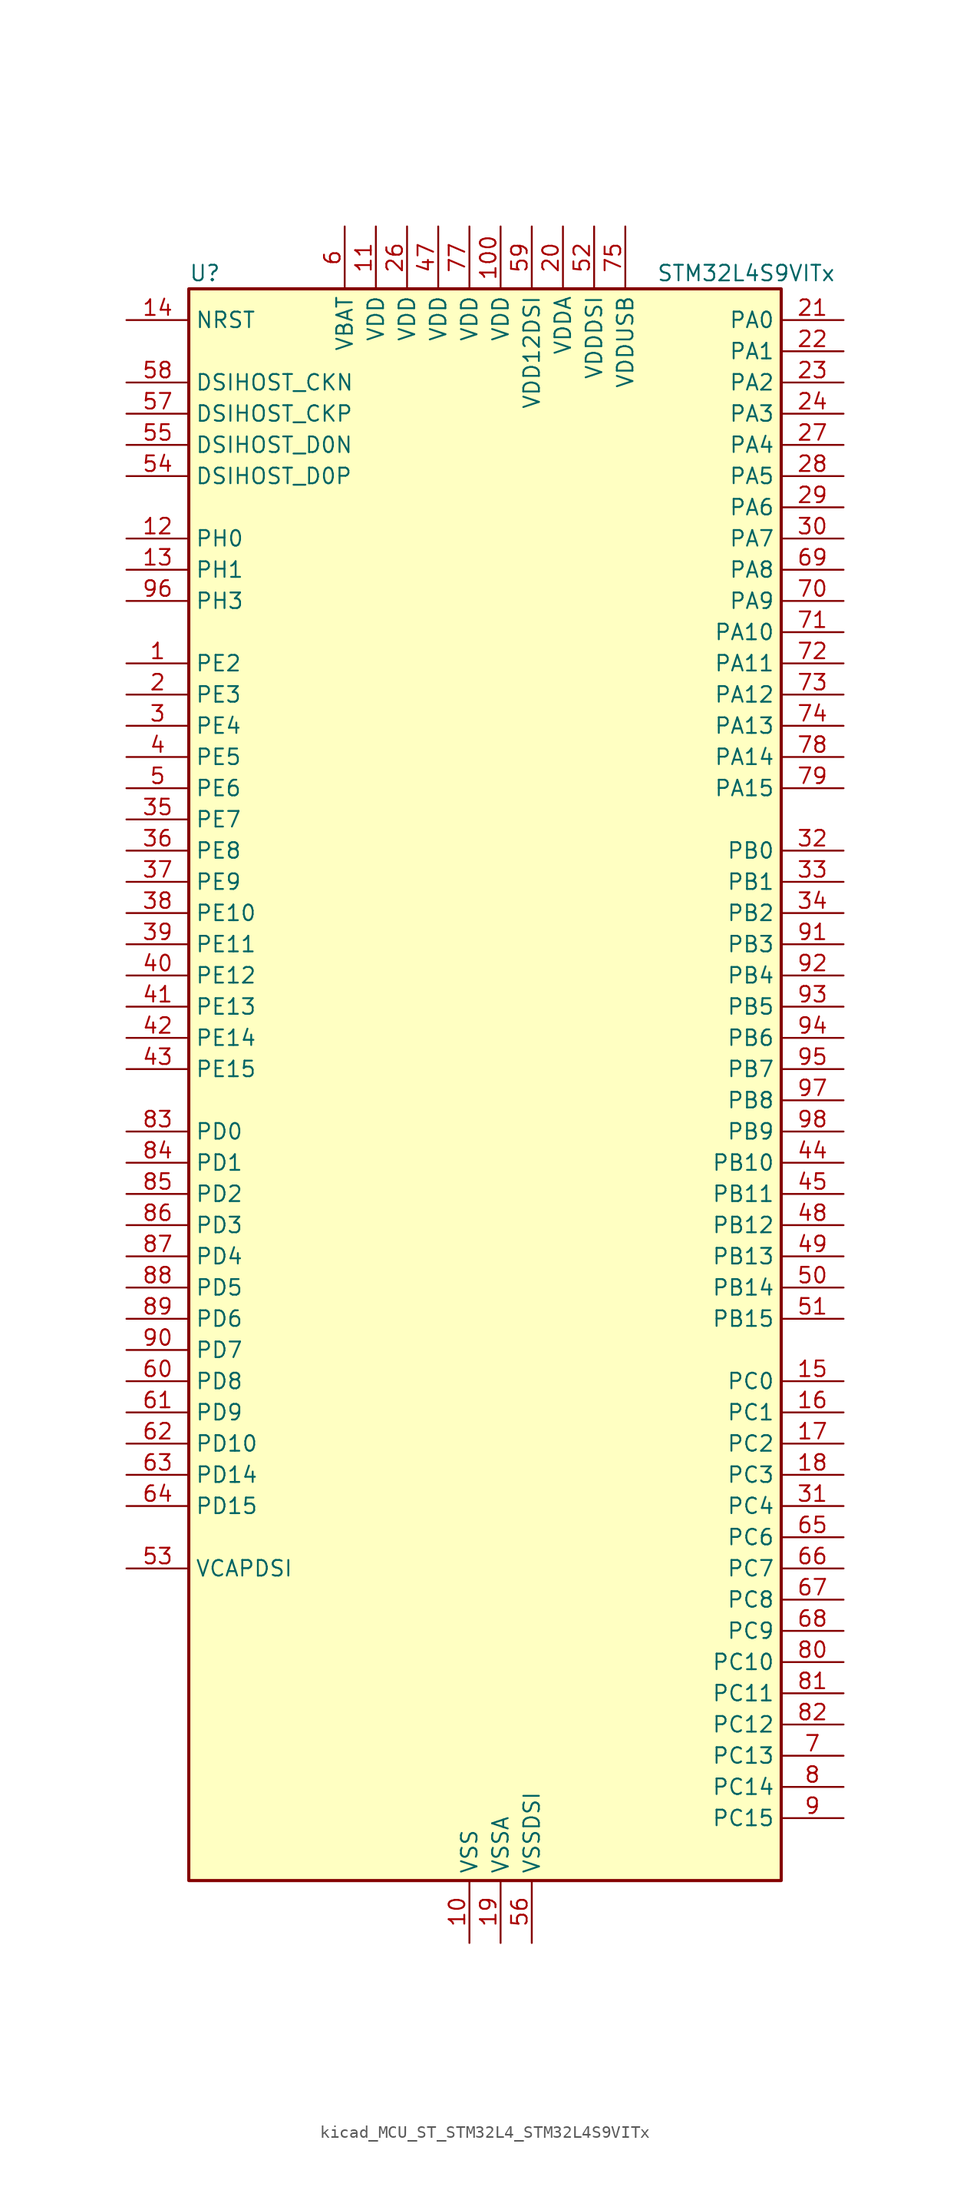
<source format=kicad_sym>
(kicad_symbol_lib
  (version 20220914)
  (generator kicad_symbol_editor)
  (symbol "kicad_MCU_ST_STM32L4_STM32L4S9VITx"
    (property "Reference" "U"
      (at -22.86 67.31 0)
      (effects (font (size 1.27 1.27)) (justify left)))
    (property "Value" "STM32L4S9VITx"
      (at 15.24 67.31 0)
      (effects (font (size 1.27 1.27)) (justify left)))
    (property "ki_locked" ""
      (at 0 0 0)
      (effects (font (size 1.27 1.27))))
    (symbol "kicad_MCU_ST_STM32L4_STM32L4S9VITx_0_1"
      (rectangle (start -22.86 -63.5) (end 25.4 66.04) (stroke (width 0.254) (type default)) (fill (type background))))
    (symbol "kicad_MCU_ST_STM32L4_STM32L4S9VITx_1_1"
      (pin bidirectional line (at -27.94 35.56 0) (length 5.08) (name "PE2" (effects (font (size 1.27 1.27)))) (number "1" (effects (font (size 1.27 1.27)))) (alternate "FMC_A23" bidirectional line) (alternate "LTDC_R0" bidirectional line) (alternate "SAI1_CK1" bidirectional line) (alternate "SAI1_MCLK_A" bidirectional line) (alternate "SYS_TRACECLK" bidirectional line) (alternate "TIM3_ETR" bidirectional line) (alternate "TSC_G7_IO1" bidirectional line))
      (pin power_in line (at 0 -68.58 90) (length 5.08) (name "VSS" (effects (font (size 1.27 1.27)))) (number "10" (effects (font (size 1.27 1.27)))))
      (pin power_in line (at 2.54 71.12 270) (length 5.08) (name "VDD" (effects (font (size 1.27 1.27)))) (number "100" (effects (font (size 1.27 1.27)))))
      (pin power_in line (at -7.62 71.12 270) (length 5.08) (name "VDD" (effects (font (size 1.27 1.27)))) (number "11" (effects (font (size 1.27 1.27)))))
      (pin bidirectional line (at -27.94 45.72 0) (length 5.08) (name "PH0" (effects (font (size 1.27 1.27)))) (number "12" (effects (font (size 1.27 1.27)))) (alternate "RCC_OSC_IN" bidirectional line))
      (pin bidirectional line (at -27.94 43.18 0) (length 5.08) (name "PH1" (effects (font (size 1.27 1.27)))) (number "13" (effects (font (size 1.27 1.27)))) (alternate "RCC_OSC_OUT" bidirectional line))
      (pin input line (at -27.94 63.5 0) (length 5.08) (name "NRST" (effects (font (size 1.27 1.27)))) (number "14" (effects (font (size 1.27 1.27)))))
      (pin bidirectional line (at 30.48 -22.86 180) (length 5.08) (name "PC0" (effects (font (size 1.27 1.27)))) (number "15" (effects (font (size 1.27 1.27)))) (alternate "ADC1_IN1" bidirectional line) (alternate "DFSDM1_DATIN4" bidirectional line) (alternate "I2C3_SCL" bidirectional line) (alternate "LPTIM1_IN1" bidirectional line) (alternate "LPTIM2_IN1" bidirectional line) (alternate "LPUART1_RX" bidirectional line) (alternate "SAI2_FS_A" bidirectional line))
      (pin bidirectional line (at 30.48 -25.4 180) (length 5.08) (name "PC1" (effects (font (size 1.27 1.27)))) (number "16" (effects (font (size 1.27 1.27)))) (alternate "ADC1_IN2" bidirectional line) (alternate "DFSDM1_CKIN4" bidirectional line) (alternate "I2C3_SDA" bidirectional line) (alternate "LPTIM1_OUT" bidirectional line) (alternate "LPUART1_TX" bidirectional line) (alternate "OCTOSPIM_P1_IO4" bidirectional line) (alternate "SAI1_SD_A" bidirectional line) (alternate "SPI2_MOSI" bidirectional line) (alternate "SYS_TRACED0" bidirectional line))
      (pin bidirectional line (at 30.48 -27.94 180) (length 5.08) (name "PC2" (effects (font (size 1.27 1.27)))) (number "17" (effects (font (size 1.27 1.27)))) (alternate "ADC1_IN3" bidirectional line) (alternate "DFSDM1_CKOUT" bidirectional line) (alternate "LPTIM1_IN2" bidirectional line) (alternate "OCTOSPIM_P1_IO5" bidirectional line) (alternate "SPI2_MISO" bidirectional line))
      (pin bidirectional line (at 30.48 -30.48 180) (length 5.08) (name "PC3" (effects (font (size 1.27 1.27)))) (number "18" (effects (font (size 1.27 1.27)))) (alternate "ADC1_IN4" bidirectional line) (alternate "LPTIM1_ETR" bidirectional line) (alternate "LPTIM2_ETR" bidirectional line) (alternate "OCTOSPIM_P1_IO6" bidirectional line) (alternate "SAI1_D1" bidirectional line) (alternate "SAI1_SD_A" bidirectional line) (alternate "SPI2_MOSI" bidirectional line))
      (pin power_in line (at 2.54 -68.58 90) (length 5.08) (name "VSSA" (effects (font (size 1.27 1.27)))) (number "19" (effects (font (size 1.27 1.27)))))
      (pin bidirectional line (at -27.94 33.02 0) (length 5.08) (name "PE3" (effects (font (size 1.27 1.27)))) (number "2" (effects (font (size 1.27 1.27)))) (alternate "FMC_A19" bidirectional line) (alternate "LTDC_R1" bidirectional line) (alternate "OCTOSPIM_P1_DQS" bidirectional line) (alternate "SAI1_SD_B" bidirectional line) (alternate "SYS_TRACED0" bidirectional line) (alternate "TIM3_CH1" bidirectional line) (alternate "TSC_G7_IO2" bidirectional line))
      (pin power_in line (at 7.62 71.12 270) (length 5.08) (name "VDDA" (effects (font (size 1.27 1.27)))) (number "20" (effects (font (size 1.27 1.27)))))
      (pin bidirectional line (at 30.48 63.5 180) (length 5.08) (name "PA0" (effects (font (size 1.27 1.27)))) (number "21" (effects (font (size 1.27 1.27)))) (alternate "ADC1_IN5" bidirectional line) (alternate "OPAMP1_VINP" bidirectional line) (alternate "RTC_TAMP2" bidirectional line) (alternate "SAI1_EXTCLK" bidirectional line) (alternate "SYS_WKUP1" bidirectional line) (alternate "TIM2_CH1" bidirectional line) (alternate "TIM2_ETR" bidirectional line) (alternate "TIM5_CH1" bidirectional line) (alternate "TIM8_ETR" bidirectional line) (alternate "UART4_TX" bidirectional line) (alternate "USART2_CTS" bidirectional line) (alternate "USART2_NSS" bidirectional line))
      (pin bidirectional line (at 30.48 60.96 180) (length 5.08) (name "PA1" (effects (font (size 1.27 1.27)))) (number "22" (effects (font (size 1.27 1.27)))) (alternate "ADC1_IN6" bidirectional line) (alternate "I2C1_SMBA" bidirectional line) (alternate "OCTOSPIM_P1_DQS" bidirectional line) (alternate "OPAMP1_VINM" bidirectional line) (alternate "SPI1_SCK" bidirectional line) (alternate "TIM15_CH1N" bidirectional line) (alternate "TIM2_CH2" bidirectional line) (alternate "TIM5_CH2" bidirectional line) (alternate "UART4_RX" bidirectional line) (alternate "USART2_DE" bidirectional line) (alternate "USART2_RTS" bidirectional line))
      (pin bidirectional line (at 30.48 58.42 180) (length 5.08) (name "PA2" (effects (font (size 1.27 1.27)))) (number "23" (effects (font (size 1.27 1.27)))) (alternate "ADC1_IN7" bidirectional line) (alternate "LPUART1_TX" bidirectional line) (alternate "OCTOSPIM_P1_NCS" bidirectional line) (alternate "RCC_LSCO" bidirectional line) (alternate "SAI2_EXTCLK" bidirectional line) (alternate "SYS_WKUP4" bidirectional line) (alternate "TIM15_CH1" bidirectional line) (alternate "TIM2_CH3" bidirectional line) (alternate "TIM5_CH3" bidirectional line) (alternate "USART2_TX" bidirectional line))
      (pin bidirectional line (at 30.48 55.88 180) (length 5.08) (name "PA3" (effects (font (size 1.27 1.27)))) (number "24" (effects (font (size 1.27 1.27)))) (alternate "ADC1_IN8" bidirectional line) (alternate "LPUART1_RX" bidirectional line) (alternate "OCTOSPIM_P1_CLK" bidirectional line) (alternate "OPAMP1_VOUT" bidirectional line) (alternate "SAI1_CK1" bidirectional line) (alternate "SAI1_MCLK_A" bidirectional line) (alternate "TIM15_CH2" bidirectional line) (alternate "TIM2_CH4" bidirectional line) (alternate "TIM5_CH4" bidirectional line) (alternate "USART2_RX" bidirectional line))
      (pin passive line (at 0 -68.58 90) (length 5.08) hide (name "VSS" (effects (font (size 1.27 1.27)))) (number "25" (effects (font (size 1.27 1.27)))))
      (pin power_in line (at -5.08 71.12 270) (length 5.08) (name "VDD" (effects (font (size 1.27 1.27)))) (number "26" (effects (font (size 1.27 1.27)))))
      (pin bidirectional line (at 30.48 53.34 180) (length 5.08) (name "PA4" (effects (font (size 1.27 1.27)))) (number "27" (effects (font (size 1.27 1.27)))) (alternate "ADC1_IN9" bidirectional line) (alternate "DAC1_OUT1" bidirectional line) (alternate "DCMI_HSYNC" bidirectional line) (alternate "LPTIM2_OUT" bidirectional line) (alternate "OCTOSPIM_P1_NCS" bidirectional line) (alternate "SAI1_FS_B" bidirectional line) (alternate "SPI1_NSS" bidirectional line) (alternate "SPI3_NSS" bidirectional line) (alternate "USART2_CK" bidirectional line))
      (pin bidirectional line (at 30.48 50.8 180) (length 5.08) (name "PA5" (effects (font (size 1.27 1.27)))) (number "28" (effects (font (size 1.27 1.27)))) (alternate "ADC1_IN10" bidirectional line) (alternate "DAC1_OUT2" bidirectional line) (alternate "LPTIM2_ETR" bidirectional line) (alternate "SPI1_SCK" bidirectional line) (alternate "TIM2_CH1" bidirectional line) (alternate "TIM2_ETR" bidirectional line) (alternate "TIM8_CH1N" bidirectional line))
      (pin bidirectional line (at 30.48 48.26 180) (length 5.08) (name "PA6" (effects (font (size 1.27 1.27)))) (number "29" (effects (font (size 1.27 1.27)))) (alternate "ADC1_IN11" bidirectional line) (alternate "DCMI_PIXCLK" bidirectional line) (alternate "LPUART1_CTS" bidirectional line) (alternate "OCTOSPIM_P1_IO3" bidirectional line) (alternate "OPAMP2_VINP" bidirectional line) (alternate "SPI1_MISO" bidirectional line) (alternate "TIM16_CH1" bidirectional line) (alternate "TIM1_BKIN" bidirectional line) (alternate "TIM3_CH1" bidirectional line) (alternate "TIM8_BKIN" bidirectional line) (alternate "USART3_CTS" bidirectional line) (alternate "USART3_NSS" bidirectional line))
      (pin bidirectional line (at -27.94 30.48 0) (length 5.08) (name "PE4" (effects (font (size 1.27 1.27)))) (number "3" (effects (font (size 1.27 1.27)))) (alternate "DCMI_D4" bidirectional line) (alternate "DFSDM1_DATIN3" bidirectional line) (alternate "FMC_A20" bidirectional line) (alternate "LTDC_B0" bidirectional line) (alternate "SAI1_D2" bidirectional line) (alternate "SAI1_FS_A" bidirectional line) (alternate "SYS_TRACED1" bidirectional line) (alternate "TIM3_CH2" bidirectional line) (alternate "TSC_G7_IO3" bidirectional line))
      (pin bidirectional line (at 30.48 45.72 180) (length 5.08) (name "PA7" (effects (font (size 1.27 1.27)))) (number "30" (effects (font (size 1.27 1.27)))) (alternate "ADC1_IN12" bidirectional line) (alternate "I2C3_SCL" bidirectional line) (alternate "OCTOSPIM_P1_IO2" bidirectional line) (alternate "OPAMP2_VINM" bidirectional line) (alternate "SPI1_MOSI" bidirectional line) (alternate "TIM17_CH1" bidirectional line) (alternate "TIM1_CH1N" bidirectional line) (alternate "TIM3_CH2" bidirectional line) (alternate "TIM8_CH1N" bidirectional line))
      (pin bidirectional line (at 30.48 -33.02 180) (length 5.08) (name "PC4" (effects (font (size 1.27 1.27)))) (number "31" (effects (font (size 1.27 1.27)))) (alternate "ADC1_IN13" bidirectional line) (alternate "COMP1_INM" bidirectional line) (alternate "OCTOSPIM_P1_IO7" bidirectional line) (alternate "USART3_TX" bidirectional line))
      (pin bidirectional line (at 30.48 20.32 180) (length 5.08) (name "PB0" (effects (font (size 1.27 1.27)))) (number "32" (effects (font (size 1.27 1.27)))) (alternate "ADC1_IN15" bidirectional line) (alternate "COMP1_OUT" bidirectional line) (alternate "OCTOSPIM_P1_IO1" bidirectional line) (alternate "OPAMP2_VOUT" bidirectional line) (alternate "SAI1_EXTCLK" bidirectional line) (alternate "SPI1_NSS" bidirectional line) (alternate "TIM1_CH2N" bidirectional line) (alternate "TIM3_CH3" bidirectional line) (alternate "TIM8_CH2N" bidirectional line) (alternate "USART3_CK" bidirectional line))
      (pin bidirectional line (at 30.48 17.78 180) (length 5.08) (name "PB1" (effects (font (size 1.27 1.27)))) (number "33" (effects (font (size 1.27 1.27)))) (alternate "ADC1_IN16" bidirectional line) (alternate "COMP1_INM" bidirectional line) (alternate "DFSDM1_DATIN0" bidirectional line) (alternate "LPTIM2_IN1" bidirectional line) (alternate "LPUART1_DE" bidirectional line) (alternate "LPUART1_RTS" bidirectional line) (alternate "OCTOSPIM_P1_IO0" bidirectional line) (alternate "TIM1_CH3N" bidirectional line) (alternate "TIM3_CH4" bidirectional line) (alternate "TIM8_CH3N" bidirectional line) (alternate "USART3_DE" bidirectional line) (alternate "USART3_RTS" bidirectional line))
      (pin bidirectional line (at 30.48 15.24 180) (length 5.08) (name "PB2" (effects (font (size 1.27 1.27)))) (number "34" (effects (font (size 1.27 1.27)))) (alternate "COMP1_INP" bidirectional line) (alternate "DFSDM1_CKIN0" bidirectional line) (alternate "I2C3_SMBA" bidirectional line) (alternate "LPTIM1_OUT" bidirectional line) (alternate "LTDC_B1" bidirectional line) (alternate "OCTOSPIM_P1_DQS" bidirectional line) (alternate "RTC_OUT_ALARM" bidirectional line) (alternate "RTC_OUT_CALIB" bidirectional line))
      (pin bidirectional line (at -27.94 22.86 0) (length 5.08) (name "PE7" (effects (font (size 1.27 1.27)))) (number "35" (effects (font (size 1.27 1.27)))) (alternate "DFSDM1_DATIN2" bidirectional line) (alternate "FMC_D4" bidirectional line) (alternate "FMC_DA4" bidirectional line) (alternate "LTDC_B6" bidirectional line) (alternate "SAI1_SD_B" bidirectional line) (alternate "TIM1_ETR" bidirectional line))
      (pin bidirectional line (at -27.94 20.32 0) (length 5.08) (name "PE8" (effects (font (size 1.27 1.27)))) (number "36" (effects (font (size 1.27 1.27)))) (alternate "DFSDM1_CKIN2" bidirectional line) (alternate "FMC_D5" bidirectional line) (alternate "FMC_DA5" bidirectional line) (alternate "LTDC_B7" bidirectional line) (alternate "SAI1_SCK_B" bidirectional line) (alternate "TIM1_CH1N" bidirectional line))
      (pin bidirectional line (at -27.94 17.78 0) (length 5.08) (name "PE9" (effects (font (size 1.27 1.27)))) (number "37" (effects (font (size 1.27 1.27)))) (alternate "DAC1_EXTI9" bidirectional line) (alternate "DFSDM1_CKOUT" bidirectional line) (alternate "FMC_D6" bidirectional line) (alternate "FMC_DA6" bidirectional line) (alternate "LTDC_G2" bidirectional line) (alternate "SAI1_FS_B" bidirectional line) (alternate "TIM1_CH1" bidirectional line))
      (pin bidirectional line (at -27.94 15.24 0) (length 5.08) (name "PE10" (effects (font (size 1.27 1.27)))) (number "38" (effects (font (size 1.27 1.27)))) (alternate "DFSDM1_DATIN4" bidirectional line) (alternate "FMC_D7" bidirectional line) (alternate "FMC_DA7" bidirectional line) (alternate "LTDC_G3" bidirectional line) (alternate "OCTOSPIM_P1_CLK" bidirectional line) (alternate "SAI1_MCLK_B" bidirectional line) (alternate "TIM1_CH2N" bidirectional line) (alternate "TSC_G5_IO1" bidirectional line))
      (pin bidirectional line (at -27.94 12.7 0) (length 5.08) (name "PE11" (effects (font (size 1.27 1.27)))) (number "39" (effects (font (size 1.27 1.27)))) (alternate "ADC1_EXTI11" bidirectional line) (alternate "DFSDM1_CKIN4" bidirectional line) (alternate "FMC_D8" bidirectional line) (alternate "FMC_DA8" bidirectional line) (alternate "LTDC_G4" bidirectional line) (alternate "OCTOSPIM_P1_NCS" bidirectional line) (alternate "TIM1_CH2" bidirectional line) (alternate "TSC_G5_IO2" bidirectional line))
      (pin bidirectional line (at -27.94 27.94 0) (length 5.08) (name "PE5" (effects (font (size 1.27 1.27)))) (number "4" (effects (font (size 1.27 1.27)))) (alternate "DCMI_D6" bidirectional line) (alternate "DFSDM1_CKIN3" bidirectional line) (alternate "FMC_A21" bidirectional line) (alternate "LTDC_G0" bidirectional line) (alternate "SAI1_CK2" bidirectional line) (alternate "SAI1_SCK_A" bidirectional line) (alternate "SYS_TRACED2" bidirectional line) (alternate "TIM3_CH3" bidirectional line) (alternate "TSC_G7_IO4" bidirectional line))
      (pin bidirectional line (at -27.94 10.16 0) (length 5.08) (name "PE12" (effects (font (size 1.27 1.27)))) (number "40" (effects (font (size 1.27 1.27)))) (alternate "DFSDM1_DATIN5" bidirectional line) (alternate "FMC_D9" bidirectional line) (alternate "FMC_DA9" bidirectional line) (alternate "LTDC_G5" bidirectional line) (alternate "OCTOSPIM_P1_IO0" bidirectional line) (alternate "SPI1_NSS" bidirectional line) (alternate "TIM1_CH3N" bidirectional line) (alternate "TSC_G5_IO3" bidirectional line))
      (pin bidirectional line (at -27.94 7.62 0) (length 5.08) (name "PE13" (effects (font (size 1.27 1.27)))) (number "41" (effects (font (size 1.27 1.27)))) (alternate "DFSDM1_CKIN5" bidirectional line) (alternate "FMC_D10" bidirectional line) (alternate "FMC_DA10" bidirectional line) (alternate "LTDC_G6" bidirectional line) (alternate "OCTOSPIM_P1_IO1" bidirectional line) (alternate "SPI1_SCK" bidirectional line) (alternate "TIM1_CH3" bidirectional line) (alternate "TSC_G5_IO4" bidirectional line))
      (pin bidirectional line (at -27.94 5.08 0) (length 5.08) (name "PE14" (effects (font (size 1.27 1.27)))) (number "42" (effects (font (size 1.27 1.27)))) (alternate "FMC_D11" bidirectional line) (alternate "FMC_DA11" bidirectional line) (alternate "LTDC_G7" bidirectional line) (alternate "OCTOSPIM_P1_IO2" bidirectional line) (alternate "SPI1_MISO" bidirectional line) (alternate "TIM1_BKIN2" bidirectional line) (alternate "TIM1_CH4" bidirectional line))
      (pin bidirectional line (at -27.94 2.54 0) (length 5.08) (name "PE15" (effects (font (size 1.27 1.27)))) (number "43" (effects (font (size 1.27 1.27)))) (alternate "ADC1_EXTI15" bidirectional line) (alternate "FMC_D12" bidirectional line) (alternate "FMC_DA12" bidirectional line) (alternate "LTDC_R2" bidirectional line) (alternate "OCTOSPIM_P1_IO3" bidirectional line) (alternate "SPI1_MOSI" bidirectional line) (alternate "TIM1_BKIN" bidirectional line))
      (pin bidirectional line (at 30.48 -5.08 180) (length 5.08) (name "PB10" (effects (font (size 1.27 1.27)))) (number "44" (effects (font (size 1.27 1.27)))) (alternate "COMP1_OUT" bidirectional line) (alternate "DFSDM1_DATIN7" bidirectional line) (alternate "I2C2_SCL" bidirectional line) (alternate "I2C4_SCL" bidirectional line) (alternate "LPUART1_RX" bidirectional line) (alternate "OCTOSPIM_P1_CLK" bidirectional line) (alternate "SAI1_SCK_A" bidirectional line) (alternate "SPI2_SCK" bidirectional line) (alternate "TIM2_CH3" bidirectional line) (alternate "TSC_SYNC" bidirectional line) (alternate "USART3_TX" bidirectional line))
      (pin bidirectional line (at 30.48 -7.62 180) (length 5.08) (name "PB11" (effects (font (size 1.27 1.27)))) (number "45" (effects (font (size 1.27 1.27)))) (alternate "ADC1_EXTI11" bidirectional line) (alternate "COMP2_OUT" bidirectional line) (alternate "DFSDM1_CKIN7" bidirectional line) (alternate "DSIHOST_TE" bidirectional line) (alternate "I2C2_SDA" bidirectional line) (alternate "I2C4_SDA" bidirectional line) (alternate "LPUART1_TX" bidirectional line) (alternate "OCTOSPIM_P1_NCS" bidirectional line) (alternate "TIM2_CH4" bidirectional line) (alternate "USART3_RX" bidirectional line))
      (pin passive line (at 0 -68.58 90) (length 5.08) hide (name "VSS" (effects (font (size 1.27 1.27)))) (number "46" (effects (font (size 1.27 1.27)))))
      (pin power_in line (at -2.54 71.12 270) (length 5.08) (name "VDD" (effects (font (size 1.27 1.27)))) (number "47" (effects (font (size 1.27 1.27)))))
      (pin bidirectional line (at 30.48 -10.16 180) (length 5.08) (name "PB12" (effects (font (size 1.27 1.27)))) (number "48" (effects (font (size 1.27 1.27)))) (alternate "DFSDM1_DATIN1" bidirectional line) (alternate "I2C2_SMBA" bidirectional line) (alternate "LPUART1_DE" bidirectional line) (alternate "LPUART1_RTS" bidirectional line) (alternate "SAI2_FS_A" bidirectional line) (alternate "SPI2_NSS" bidirectional line) (alternate "TIM15_BKIN" bidirectional line) (alternate "TIM1_BKIN" bidirectional line) (alternate "TSC_G1_IO1" bidirectional line) (alternate "USART3_CK" bidirectional line))
      (pin bidirectional line (at 30.48 -12.7 180) (length 5.08) (name "PB13" (effects (font (size 1.27 1.27)))) (number "49" (effects (font (size 1.27 1.27)))) (alternate "DFSDM1_CKIN1" bidirectional line) (alternate "I2C2_SCL" bidirectional line) (alternate "LPUART1_CTS" bidirectional line) (alternate "SAI2_SCK_A" bidirectional line) (alternate "SPI2_SCK" bidirectional line) (alternate "TIM15_CH1N" bidirectional line) (alternate "TIM1_CH1N" bidirectional line) (alternate "TSC_G1_IO2" bidirectional line) (alternate "USART3_CTS" bidirectional line) (alternate "USART3_NSS" bidirectional line))
      (pin bidirectional line (at -27.94 25.4 0) (length 5.08) (name "PE6" (effects (font (size 1.27 1.27)))) (number "5" (effects (font (size 1.27 1.27)))) (alternate "DCMI_D7" bidirectional line) (alternate "FMC_A22" bidirectional line) (alternate "LTDC_G1" bidirectional line) (alternate "RTC_TAMP3" bidirectional line) (alternate "SAI1_D1" bidirectional line) (alternate "SAI1_SD_A" bidirectional line) (alternate "SYS_TRACED3" bidirectional line) (alternate "SYS_WKUP3" bidirectional line) (alternate "TIM3_CH4" bidirectional line))
      (pin bidirectional line (at 30.48 -15.24 180) (length 5.08) (name "PB14" (effects (font (size 1.27 1.27)))) (number "50" (effects (font (size 1.27 1.27)))) (alternate "DFSDM1_DATIN2" bidirectional line) (alternate "I2C2_SDA" bidirectional line) (alternate "SAI2_MCLK_A" bidirectional line) (alternate "SPI2_MISO" bidirectional line) (alternate "TIM15_CH1" bidirectional line) (alternate "TIM1_CH2N" bidirectional line) (alternate "TIM8_CH2N" bidirectional line) (alternate "TSC_G1_IO3" bidirectional line) (alternate "USART3_DE" bidirectional line) (alternate "USART3_RTS" bidirectional line))
      (pin bidirectional line (at 30.48 -17.78 180) (length 5.08) (name "PB15" (effects (font (size 1.27 1.27)))) (number "51" (effects (font (size 1.27 1.27)))) (alternate "ADC1_EXTI15" bidirectional line) (alternate "DFSDM1_CKIN2" bidirectional line) (alternate "RTC_REFIN" bidirectional line) (alternate "SAI2_SD_A" bidirectional line) (alternate "SPI2_MOSI" bidirectional line) (alternate "TIM15_CH2" bidirectional line) (alternate "TIM1_CH3N" bidirectional line) (alternate "TIM8_CH3N" bidirectional line) (alternate "TSC_G1_IO4" bidirectional line))
      (pin power_in line (at 10.16 71.12 270) (length 5.08) (name "VDDDSI" (effects (font (size 1.27 1.27)))) (number "52" (effects (font (size 1.27 1.27)))))
      (pin power_out line (at -27.94 -38.1 0) (length 5.08) (name "VCAPDSI" (effects (font (size 1.27 1.27)))) (number "53" (effects (font (size 1.27 1.27)))))
      (pin bidirectional line (at -27.94 50.8 0) (length 5.08) (name "DSIHOST_D0P" (effects (font (size 1.27 1.27)))) (number "54" (effects (font (size 1.27 1.27)))) (alternate "DSIHOST_D0P" bidirectional line))
      (pin bidirectional line (at -27.94 53.34 0) (length 5.08) (name "DSIHOST_D0N" (effects (font (size 1.27 1.27)))) (number "55" (effects (font (size 1.27 1.27)))) (alternate "DSIHOST_D0N" bidirectional line))
      (pin power_in line (at 5.08 -68.58 90) (length 5.08) (name "VSSDSI" (effects (font (size 1.27 1.27)))) (number "56" (effects (font (size 1.27 1.27)))))
      (pin bidirectional line (at -27.94 55.88 0) (length 5.08) (name "DSIHOST_CKP" (effects (font (size 1.27 1.27)))) (number "57" (effects (font (size 1.27 1.27)))) (alternate "DSIHOST_CKP" bidirectional line))
      (pin bidirectional line (at -27.94 58.42 0) (length 5.08) (name "DSIHOST_CKN" (effects (font (size 1.27 1.27)))) (number "58" (effects (font (size 1.27 1.27)))) (alternate "DSIHOST_CKN" bidirectional line))
      (pin power_in line (at 5.08 71.12 270) (length 5.08) (name "VDD12DSI" (effects (font (size 1.27 1.27)))) (number "59" (effects (font (size 1.27 1.27)))))
      (pin power_in line (at -10.16 71.12 270) (length 5.08) (name "VBAT" (effects (font (size 1.27 1.27)))) (number "6" (effects (font (size 1.27 1.27)))))
      (pin bidirectional line (at -27.94 -22.86 0) (length 5.08) (name "PD8" (effects (font (size 1.27 1.27)))) (number "60" (effects (font (size 1.27 1.27)))) (alternate "DCMI_HSYNC" bidirectional line) (alternate "FMC_D13" bidirectional line) (alternate "FMC_DA13" bidirectional line) (alternate "LTDC_R3" bidirectional line) (alternate "USART3_TX" bidirectional line))
      (pin bidirectional line (at -27.94 -25.4 0) (length 5.08) (name "PD9" (effects (font (size 1.27 1.27)))) (number "61" (effects (font (size 1.27 1.27)))) (alternate "DAC1_EXTI9" bidirectional line) (alternate "DCMI_PIXCLK" bidirectional line) (alternate "FMC_D14" bidirectional line) (alternate "FMC_DA14" bidirectional line) (alternate "LTDC_R4" bidirectional line) (alternate "SAI2_MCLK_A" bidirectional line) (alternate "USART3_RX" bidirectional line))
      (pin bidirectional line (at -27.94 -27.94 0) (length 5.08) (name "PD10" (effects (font (size 1.27 1.27)))) (number "62" (effects (font (size 1.27 1.27)))) (alternate "FMC_D15" bidirectional line) (alternate "FMC_DA15" bidirectional line) (alternate "LTDC_R5" bidirectional line) (alternate "SAI2_SCK_A" bidirectional line) (alternate "TSC_G6_IO1" bidirectional line) (alternate "USART3_CK" bidirectional line))
      (pin bidirectional line (at -27.94 -30.48 0) (length 5.08) (name "PD14" (effects (font (size 1.27 1.27)))) (number "63" (effects (font (size 1.27 1.27)))) (alternate "FMC_D0" bidirectional line) (alternate "FMC_DA0" bidirectional line) (alternate "LTDC_B2" bidirectional line) (alternate "TIM4_CH3" bidirectional line))
      (pin bidirectional line (at -27.94 -33.02 0) (length 5.08) (name "PD15" (effects (font (size 1.27 1.27)))) (number "64" (effects (font (size 1.27 1.27)))) (alternate "ADC1_EXTI15" bidirectional line) (alternate "FMC_D1" bidirectional line) (alternate "FMC_DA1" bidirectional line) (alternate "LTDC_B3" bidirectional line) (alternate "TIM4_CH4" bidirectional line))
      (pin bidirectional line (at 30.48 -35.56 180) (length 5.08) (name "PC6" (effects (font (size 1.27 1.27)))) (number "65" (effects (font (size 1.27 1.27)))) (alternate "DCMI_D0" bidirectional line) (alternate "DFSDM1_CKIN3" bidirectional line) (alternate "LTDC_R0" bidirectional line) (alternate "SAI2_MCLK_A" bidirectional line) (alternate "SDMMC1_D0DIR" bidirectional line) (alternate "SDMMC1_D6" bidirectional line) (alternate "TIM3_CH1" bidirectional line) (alternate "TIM8_CH1" bidirectional line) (alternate "TSC_G4_IO1" bidirectional line))
      (pin bidirectional line (at 30.48 -38.1 180) (length 5.08) (name "PC7" (effects (font (size 1.27 1.27)))) (number "66" (effects (font (size 1.27 1.27)))) (alternate "DCMI_D1" bidirectional line) (alternate "DFSDM1_DATIN3" bidirectional line) (alternate "LTDC_R1" bidirectional line) (alternate "SAI2_MCLK_B" bidirectional line) (alternate "SDMMC1_D123DIR" bidirectional line) (alternate "SDMMC1_D7" bidirectional line) (alternate "TIM3_CH2" bidirectional line) (alternate "TIM8_CH2" bidirectional line) (alternate "TSC_G4_IO2" bidirectional line))
      (pin bidirectional line (at 30.48 -40.64 180) (length 5.08) (name "PC8" (effects (font (size 1.27 1.27)))) (number "67" (effects (font (size 1.27 1.27)))) (alternate "DCMI_D2" bidirectional line) (alternate "SDMMC1_D0" bidirectional line) (alternate "TIM3_CH3" bidirectional line) (alternate "TIM8_CH3" bidirectional line) (alternate "TSC_G4_IO3" bidirectional line))
      (pin bidirectional line (at 30.48 -43.18 180) (length 5.08) (name "PC9" (effects (font (size 1.27 1.27)))) (number "68" (effects (font (size 1.27 1.27)))) (alternate "DAC1_EXTI9" bidirectional line) (alternate "DCMI_D3" bidirectional line) (alternate "I2C3_SDA" bidirectional line) (alternate "SAI2_EXTCLK" bidirectional line) (alternate "SDMMC1_D1" bidirectional line) (alternate "SYS_TRACED0" bidirectional line) (alternate "TIM3_CH4" bidirectional line) (alternate "TIM8_BKIN2" bidirectional line) (alternate "TIM8_CH4" bidirectional line) (alternate "TSC_G4_IO4" bidirectional line) (alternate "USB_OTG_FS_NOE" bidirectional line))
      (pin bidirectional line (at 30.48 43.18 180) (length 5.08) (name "PA8" (effects (font (size 1.27 1.27)))) (number "69" (effects (font (size 1.27 1.27)))) (alternate "LPTIM2_OUT" bidirectional line) (alternate "RCC_MCO" bidirectional line) (alternate "SAI1_CK2" bidirectional line) (alternate "SAI1_SCK_A" bidirectional line) (alternate "TIM1_CH1" bidirectional line) (alternate "USART1_CK" bidirectional line) (alternate "USB_OTG_FS_SOF" bidirectional line))
      (pin bidirectional line (at 30.48 -53.34 180) (length 5.08) (name "PC13" (effects (font (size 1.27 1.27)))) (number "7" (effects (font (size 1.27 1.27)))) (alternate "RTC_OUT_ALARM" bidirectional line) (alternate "RTC_OUT_CALIB" bidirectional line) (alternate "RTC_TAMP1" bidirectional line) (alternate "RTC_TS" bidirectional line) (alternate "SYS_WKUP2" bidirectional line))
      (pin bidirectional line (at 30.48 40.64 180) (length 5.08) (name "PA9" (effects (font (size 1.27 1.27)))) (number "70" (effects (font (size 1.27 1.27)))) (alternate "DAC1_EXTI9" bidirectional line) (alternate "DCMI_D0" bidirectional line) (alternate "SAI1_FS_A" bidirectional line) (alternate "SPI2_SCK" bidirectional line) (alternate "TIM15_BKIN" bidirectional line) (alternate "TIM1_CH2" bidirectional line) (alternate "USART1_TX" bidirectional line) (alternate "USB_OTG_FS_VBUS" bidirectional line))
      (pin bidirectional line (at 30.48 38.1 180) (length 5.08) (name "PA10" (effects (font (size 1.27 1.27)))) (number "71" (effects (font (size 1.27 1.27)))) (alternate "DCMI_D1" bidirectional line) (alternate "SAI1_D1" bidirectional line) (alternate "SAI1_SD_A" bidirectional line) (alternate "TIM17_BKIN" bidirectional line) (alternate "TIM1_CH3" bidirectional line) (alternate "USART1_RX" bidirectional line) (alternate "USB_OTG_FS_ID" bidirectional line))
      (pin bidirectional line (at 30.48 35.56 180) (length 5.08) (name "PA11" (effects (font (size 1.27 1.27)))) (number "72" (effects (font (size 1.27 1.27)))) (alternate "ADC1_EXTI11" bidirectional line) (alternate "CAN1_RX" bidirectional line) (alternate "SPI1_MISO" bidirectional line) (alternate "TIM1_BKIN2" bidirectional line) (alternate "TIM1_CH4" bidirectional line) (alternate "USART1_CTS" bidirectional line) (alternate "USART1_NSS" bidirectional line) (alternate "USB_OTG_FS_DM" bidirectional line))
      (pin bidirectional line (at 30.48 33.02 180) (length 5.08) (name "PA12" (effects (font (size 1.27 1.27)))) (number "73" (effects (font (size 1.27 1.27)))) (alternate "CAN1_TX" bidirectional line) (alternate "SPI1_MOSI" bidirectional line) (alternate "TIM1_ETR" bidirectional line) (alternate "USART1_DE" bidirectional line) (alternate "USART1_RTS" bidirectional line) (alternate "USB_OTG_FS_DP" bidirectional line))
      (pin bidirectional line (at 30.48 30.48 180) (length 5.08) (name "PA13" (effects (font (size 1.27 1.27)))) (number "74" (effects (font (size 1.27 1.27)))) (alternate "IR_OUT" bidirectional line) (alternate "SAI1_SD_B" bidirectional line) (alternate "SYS_JTMS-SWDIO" bidirectional line) (alternate "USB_OTG_FS_NOE" bidirectional line))
      (pin power_in line (at 12.7 71.12 270) (length 5.08) (name "VDDUSB" (effects (font (size 1.27 1.27)))) (number "75" (effects (font (size 1.27 1.27)))))
      (pin passive line (at 0 -68.58 90) (length 5.08) hide (name "VSS" (effects (font (size 1.27 1.27)))) (number "76" (effects (font (size 1.27 1.27)))))
      (pin power_in line (at 0 71.12 270) (length 5.08) (name "VDD" (effects (font (size 1.27 1.27)))) (number "77" (effects (font (size 1.27 1.27)))))
      (pin bidirectional line (at 30.48 27.94 180) (length 5.08) (name "PA14" (effects (font (size 1.27 1.27)))) (number "78" (effects (font (size 1.27 1.27)))) (alternate "I2C1_SMBA" bidirectional line) (alternate "I2C4_SMBA" bidirectional line) (alternate "LPTIM1_OUT" bidirectional line) (alternate "SAI1_FS_B" bidirectional line) (alternate "SYS_JTCK-SWCLK" bidirectional line) (alternate "USB_OTG_FS_SOF" bidirectional line))
      (pin bidirectional line (at 30.48 25.4 180) (length 5.08) (name "PA15" (effects (font (size 1.27 1.27)))) (number "79" (effects (font (size 1.27 1.27)))) (alternate "ADC1_EXTI15" bidirectional line) (alternate "SAI2_FS_B" bidirectional line) (alternate "SPI1_NSS" bidirectional line) (alternate "SPI3_NSS" bidirectional line) (alternate "SYS_JTDI" bidirectional line) (alternate "TIM2_CH1" bidirectional line) (alternate "TIM2_ETR" bidirectional line) (alternate "TSC_G3_IO1" bidirectional line) (alternate "UART4_DE" bidirectional line) (alternate "UART4_RTS" bidirectional line) (alternate "USART2_RX" bidirectional line) (alternate "USART3_DE" bidirectional line) (alternate "USART3_RTS" bidirectional line))
      (pin bidirectional line (at 30.48 -55.88 180) (length 5.08) (name "PC14" (effects (font (size 1.27 1.27)))) (number "8" (effects (font (size 1.27 1.27)))) (alternate "RCC_OSC32_IN" bidirectional line))
      (pin bidirectional line (at 30.48 -45.72 180) (length 5.08) (name "PC10" (effects (font (size 1.27 1.27)))) (number "80" (effects (font (size 1.27 1.27)))) (alternate "DCMI_D8" bidirectional line) (alternate "SAI2_SCK_B" bidirectional line) (alternate "SDMMC1_D2" bidirectional line) (alternate "SPI3_SCK" bidirectional line) (alternate "SYS_TRACED1" bidirectional line) (alternate "TSC_G3_IO2" bidirectional line) (alternate "UART4_TX" bidirectional line) (alternate "USART3_TX" bidirectional line))
      (pin bidirectional line (at 30.48 -48.26 180) (length 5.08) (name "PC11" (effects (font (size 1.27 1.27)))) (number "81" (effects (font (size 1.27 1.27)))) (alternate "ADC1_EXTI11" bidirectional line) (alternate "DCMI_D2" bidirectional line) (alternate "DCMI_D4" bidirectional line) (alternate "OCTOSPIM_P1_NCS" bidirectional line) (alternate "SAI2_MCLK_B" bidirectional line) (alternate "SDMMC1_D3" bidirectional line) (alternate "SPI3_MISO" bidirectional line) (alternate "TSC_G3_IO3" bidirectional line) (alternate "UART4_RX" bidirectional line) (alternate "USART3_RX" bidirectional line))
      (pin bidirectional line (at 30.48 -50.8 180) (length 5.08) (name "PC12" (effects (font (size 1.27 1.27)))) (number "82" (effects (font (size 1.27 1.27)))) (alternate "DCMI_D9" bidirectional line) (alternate "SAI2_SD_B" bidirectional line) (alternate "SDMMC1_CK" bidirectional line) (alternate "SPI3_MOSI" bidirectional line) (alternate "SYS_TRACED3" bidirectional line) (alternate "TSC_G3_IO4" bidirectional line) (alternate "UART5_TX" bidirectional line) (alternate "USART3_CK" bidirectional line))
      (pin bidirectional line (at -27.94 -2.54 0) (length 5.08) (name "PD0" (effects (font (size 1.27 1.27)))) (number "83" (effects (font (size 1.27 1.27)))) (alternate "CAN1_RX" bidirectional line) (alternate "DFSDM1_DATIN7" bidirectional line) (alternate "FMC_D2" bidirectional line) (alternate "FMC_DA2" bidirectional line) (alternate "LTDC_B4" bidirectional line) (alternate "SPI2_NSS" bidirectional line))
      (pin bidirectional line (at -27.94 -5.08 0) (length 5.08) (name "PD1" (effects (font (size 1.27 1.27)))) (number "84" (effects (font (size 1.27 1.27)))) (alternate "CAN1_TX" bidirectional line) (alternate "DFSDM1_CKIN7" bidirectional line) (alternate "FMC_D3" bidirectional line) (alternate "FMC_DA3" bidirectional line) (alternate "LTDC_B5" bidirectional line) (alternate "SPI2_SCK" bidirectional line))
      (pin bidirectional line (at -27.94 -7.62 0) (length 5.08) (name "PD2" (effects (font (size 1.27 1.27)))) (number "85" (effects (font (size 1.27 1.27)))) (alternate "DCMI_D11" bidirectional line) (alternate "SDMMC1_CMD" bidirectional line) (alternate "SYS_TRACED2" bidirectional line) (alternate "TIM3_ETR" bidirectional line) (alternate "TSC_SYNC" bidirectional line) (alternate "UART5_RX" bidirectional line) (alternate "USART3_DE" bidirectional line) (alternate "USART3_RTS" bidirectional line))
      (pin bidirectional line (at -27.94 -10.16 0) (length 5.08) (name "PD3" (effects (font (size 1.27 1.27)))) (number "86" (effects (font (size 1.27 1.27)))) (alternate "DCMI_D5" bidirectional line) (alternate "DFSDM1_DATIN0" bidirectional line) (alternate "FMC_CLK" bidirectional line) (alternate "LTDC_CLK" bidirectional line) (alternate "OCTOSPIM_P2_NCS" bidirectional line) (alternate "SPI2_MISO" bidirectional line) (alternate "SPI2_SCK" bidirectional line) (alternate "USART2_CTS" bidirectional line) (alternate "USART2_NSS" bidirectional line))
      (pin bidirectional line (at -27.94 -12.7 0) (length 5.08) (name "PD4" (effects (font (size 1.27 1.27)))) (number "87" (effects (font (size 1.27 1.27)))) (alternate "DFSDM1_CKIN0" bidirectional line) (alternate "FMC_NOE" bidirectional line) (alternate "OCTOSPIM_P1_IO4" bidirectional line) (alternate "SPI2_MOSI" bidirectional line) (alternate "USART2_DE" bidirectional line) (alternate "USART2_RTS" bidirectional line))
      (pin bidirectional line (at -27.94 -15.24 0) (length 5.08) (name "PD5" (effects (font (size 1.27 1.27)))) (number "88" (effects (font (size 1.27 1.27)))) (alternate "FMC_NWE" bidirectional line) (alternate "OCTOSPIM_P1_IO5" bidirectional line) (alternate "USART2_TX" bidirectional line))
      (pin bidirectional line (at -27.94 -17.78 0) (length 5.08) (name "PD6" (effects (font (size 1.27 1.27)))) (number "89" (effects (font (size 1.27 1.27)))) (alternate "DCMI_D10" bidirectional line) (alternate "DFSDM1_DATIN1" bidirectional line) (alternate "FMC_NWAIT" bidirectional line) (alternate "LTDC_DE" bidirectional line) (alternate "OCTOSPIM_P1_IO6" bidirectional line) (alternate "SAI1_D1" bidirectional line) (alternate "SAI1_SD_A" bidirectional line) (alternate "SPI3_MOSI" bidirectional line) (alternate "USART2_RX" bidirectional line))
      (pin bidirectional line (at 30.48 -58.42 180) (length 5.08) (name "PC15" (effects (font (size 1.27 1.27)))) (number "9" (effects (font (size 1.27 1.27)))) (alternate "ADC1_EXTI15" bidirectional line) (alternate "RCC_OSC32_OUT" bidirectional line))
      (pin bidirectional line (at -27.94 -20.32 0) (length 5.08) (name "PD7" (effects (font (size 1.27 1.27)))) (number "90" (effects (font (size 1.27 1.27)))) (alternate "DFSDM1_CKIN1" bidirectional line) (alternate "FMC_NE1" bidirectional line) (alternate "OCTOSPIM_P1_IO7" bidirectional line) (alternate "USART2_CK" bidirectional line))
      (pin bidirectional line (at 30.48 12.7 180) (length 5.08) (name "PB3" (effects (font (size 1.27 1.27)))) (number "91" (effects (font (size 1.27 1.27)))) (alternate "COMP2_INM" bidirectional line) (alternate "CRS_SYNC" bidirectional line) (alternate "SAI1_SCK_B" bidirectional line) (alternate "SPI1_SCK" bidirectional line) (alternate "SPI3_SCK" bidirectional line) (alternate "SYS_JTDO-SWO" bidirectional line) (alternate "TIM2_CH2" bidirectional line) (alternate "USART1_DE" bidirectional line) (alternate "USART1_RTS" bidirectional line))
      (pin bidirectional line (at 30.48 10.16 180) (length 5.08) (name "PB4" (effects (font (size 1.27 1.27)))) (number "92" (effects (font (size 1.27 1.27)))) (alternate "COMP2_INP" bidirectional line) (alternate "DCMI_D12" bidirectional line) (alternate "I2C3_SDA" bidirectional line) (alternate "SAI1_MCLK_B" bidirectional line) (alternate "SPI1_MISO" bidirectional line) (alternate "SPI3_MISO" bidirectional line) (alternate "SYS_JTRST" bidirectional line) (alternate "TIM17_BKIN" bidirectional line) (alternate "TIM3_CH1" bidirectional line) (alternate "TSC_G2_IO1" bidirectional line) (alternate "UART5_DE" bidirectional line) (alternate "UART5_RTS" bidirectional line) (alternate "USART1_CTS" bidirectional line) (alternate "USART1_NSS" bidirectional line))
      (pin bidirectional line (at 30.48 7.62 180) (length 5.08) (name "PB5" (effects (font (size 1.27 1.27)))) (number "93" (effects (font (size 1.27 1.27)))) (alternate "COMP2_OUT" bidirectional line) (alternate "DCMI_D10" bidirectional line) (alternate "I2C1_SMBA" bidirectional line) (alternate "LPTIM1_IN1" bidirectional line) (alternate "SAI1_SD_B" bidirectional line) (alternate "SPI1_MOSI" bidirectional line) (alternate "SPI3_MOSI" bidirectional line) (alternate "TIM16_BKIN" bidirectional line) (alternate "TIM3_CH2" bidirectional line) (alternate "TSC_G2_IO2" bidirectional line) (alternate "UART5_CTS" bidirectional line) (alternate "USART1_CK" bidirectional line))
      (pin bidirectional line (at 30.48 5.08 180) (length 5.08) (name "PB6" (effects (font (size 1.27 1.27)))) (number "94" (effects (font (size 1.27 1.27)))) (alternate "COMP2_INP" bidirectional line) (alternate "DCMI_D5" bidirectional line) (alternate "DFSDM1_DATIN5" bidirectional line) (alternate "I2C1_SCL" bidirectional line) (alternate "I2C4_SCL" bidirectional line) (alternate "LPTIM1_ETR" bidirectional line) (alternate "SAI1_FS_B" bidirectional line) (alternate "TIM16_CH1N" bidirectional line) (alternate "TIM4_CH1" bidirectional line) (alternate "TIM8_BKIN2" bidirectional line) (alternate "TSC_G2_IO3" bidirectional line) (alternate "USART1_TX" bidirectional line))
      (pin bidirectional line (at 30.48 2.54 180) (length 5.08) (name "PB7" (effects (font (size 1.27 1.27)))) (number "95" (effects (font (size 1.27 1.27)))) (alternate "COMP2_INM" bidirectional line) (alternate "DCMI_VSYNC" bidirectional line) (alternate "DFSDM1_CKIN5" bidirectional line) (alternate "DSIHOST_TE" bidirectional line) (alternate "FMC_NL" bidirectional line) (alternate "I2C1_SDA" bidirectional line) (alternate "I2C4_SDA" bidirectional line) (alternate "LPTIM1_IN2" bidirectional line) (alternate "SYS_PVD_IN" bidirectional line) (alternate "TIM17_CH1N" bidirectional line) (alternate "TIM4_CH2" bidirectional line) (alternate "TIM8_BKIN" bidirectional line) (alternate "TSC_G2_IO4" bidirectional line) (alternate "UART4_CTS" bidirectional line) (alternate "USART1_RX" bidirectional line))
      (pin bidirectional line (at -27.94 40.64 0) (length 5.08) (name "PH3" (effects (font (size 1.27 1.27)))) (number "96" (effects (font (size 1.27 1.27)))))
      (pin bidirectional line (at 30.48 0 180) (length 5.08) (name "PB8" (effects (font (size 1.27 1.27)))) (number "97" (effects (font (size 1.27 1.27)))) (alternate "CAN1_RX" bidirectional line) (alternate "DCMI_D6" bidirectional line) (alternate "DFSDM1_CKOUT" bidirectional line) (alternate "DFSDM1_DATIN6" bidirectional line) (alternate "I2C1_SCL" bidirectional line) (alternate "LTDC_B1" bidirectional line) (alternate "SAI1_CK1" bidirectional line) (alternate "SAI1_MCLK_A" bidirectional line) (alternate "SDMMC1_CKIN" bidirectional line) (alternate "SDMMC1_D4" bidirectional line) (alternate "TIM16_CH1" bidirectional line) (alternate "TIM4_CH3" bidirectional line))
      (pin bidirectional line (at 30.48 -2.54 180) (length 5.08) (name "PB9" (effects (font (size 1.27 1.27)))) (number "98" (effects (font (size 1.27 1.27)))) (alternate "CAN1_TX" bidirectional line) (alternate "DAC1_EXTI9" bidirectional line) (alternate "DCMI_D7" bidirectional line) (alternate "DFSDM1_CKIN6" bidirectional line) (alternate "I2C1_SDA" bidirectional line) (alternate "IR_OUT" bidirectional line) (alternate "SAI1_D2" bidirectional line) (alternate "SAI1_FS_A" bidirectional line) (alternate "SDMMC1_CDIR" bidirectional line) (alternate "SDMMC1_D5" bidirectional line) (alternate "SPI2_NSS" bidirectional line) (alternate "TIM17_CH1" bidirectional line) (alternate "TIM4_CH4" bidirectional line))
      (pin passive line (at 0 -68.58 90) (length 5.08) hide (name "VSS" (effects (font (size 1.27 1.27)))) (number "99" (effects (font (size 1.27 1.27))))))))
</source>
